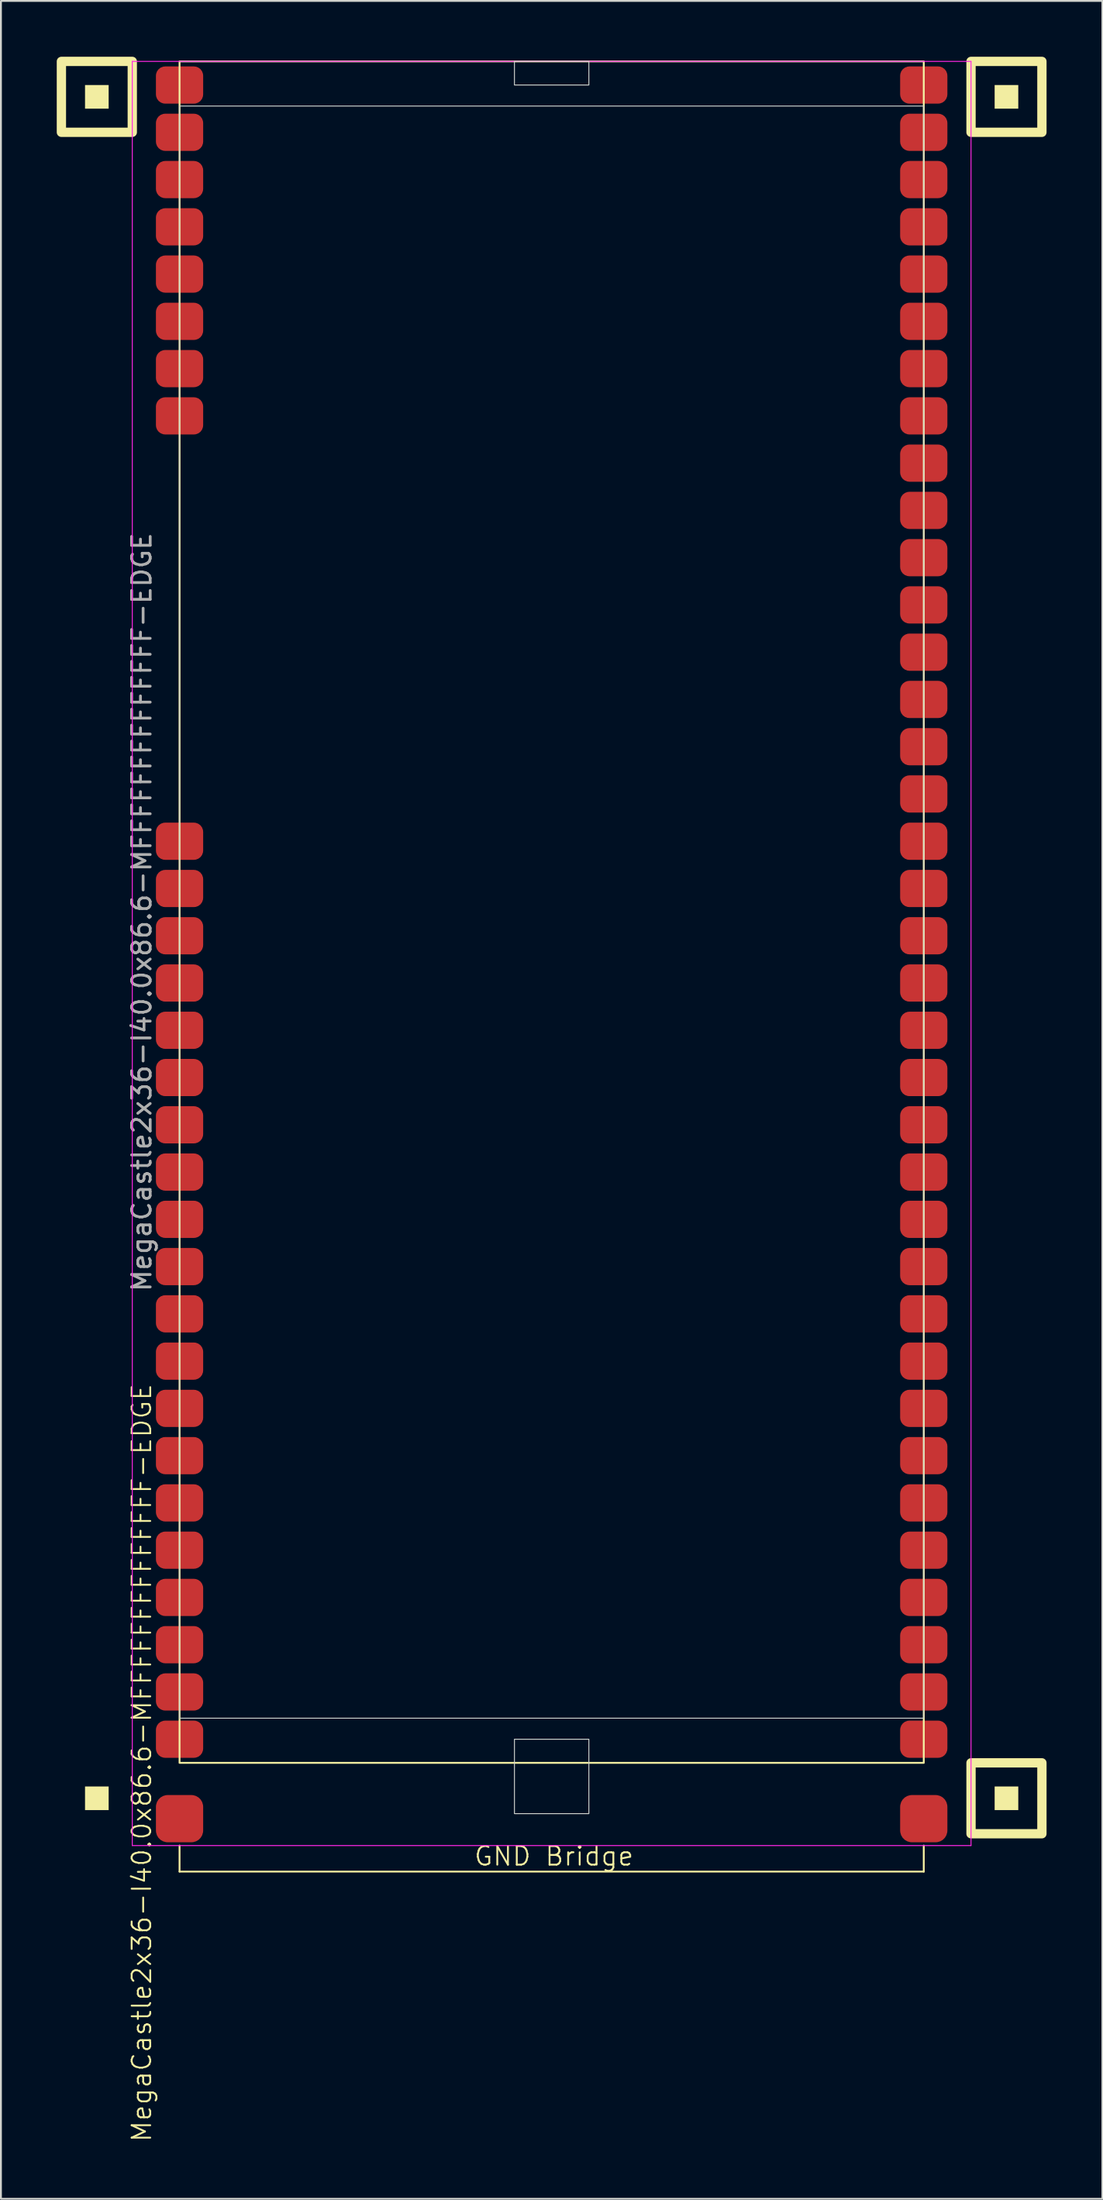
<source format=kicad_pcb>
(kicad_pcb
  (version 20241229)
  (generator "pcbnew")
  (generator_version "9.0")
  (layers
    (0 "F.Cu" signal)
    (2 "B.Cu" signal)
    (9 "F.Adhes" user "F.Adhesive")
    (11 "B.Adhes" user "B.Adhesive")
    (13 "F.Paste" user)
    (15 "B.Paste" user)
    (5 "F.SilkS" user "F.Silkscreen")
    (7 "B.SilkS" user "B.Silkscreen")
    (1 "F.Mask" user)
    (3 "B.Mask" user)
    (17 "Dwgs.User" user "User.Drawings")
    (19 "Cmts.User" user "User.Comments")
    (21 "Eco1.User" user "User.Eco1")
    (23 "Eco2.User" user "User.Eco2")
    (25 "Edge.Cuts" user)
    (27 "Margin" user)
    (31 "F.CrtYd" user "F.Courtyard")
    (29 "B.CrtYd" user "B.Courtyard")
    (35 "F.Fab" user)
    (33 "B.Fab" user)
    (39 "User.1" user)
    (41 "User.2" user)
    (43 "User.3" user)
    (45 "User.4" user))
  (footprint "MegaCastle2x36-I40.0x86.6-MFFFFFFFFFFFFFF-EDGE"
    (layer "F.Cu")
    (at 26.6 45.97)
    (property "Reference" "MegaCastle2x36-I40.0x86.6-MFFFFFFFFFFFFFF-EDGE" (at -22.032 45.72 90) (unlocked yes) (layer "F.SilkS") (effects (font (size 1 1) (thickness 0.1))))
    (attr smd)
    (fp_line (start -20 50.165) (end -20 51.565) (stroke (width 0.1) (type default)) (layer "F.SilkS"))
    (fp_line (start -20 51.565) (end 20 51.565) (stroke (width 0.1) (type default)) (layer "F.SilkS"))
    (fp_line (start 20 50.165) (end 20 51.565) (stroke (width 0.1) (type default)) (layer "F.SilkS"))
    (fp_rect (start -23.81 -43.18) (end -25.08 -44.45) (stroke (width 0) (type solid)) (fill yes) (layer "F.SilkS"))
    (fp_rect (start -23.81 48.26) (end -25.08 46.99) (stroke (width 0) (type solid)) (fill yes) (layer "F.SilkS"))
    (fp_rect (start -22.54 -41.91) (end -26.35 -45.72) (stroke (width 0.5) (type default)) (fill no) (layer "F.SilkS"))
    (fp_rect (start -20 -45.72) (end 20 45.72) (stroke (width 0.1) (type default)) (fill no) (layer "F.SilkS"))
    (fp_rect (start 25.08 -43.18) (end 23.81 -44.45) (stroke (width 0) (type solid)) (fill yes) (layer "F.SilkS"))
    (fp_rect (start 25.08 48.26) (end 23.81 46.99) (stroke (width 0) (type solid)) (fill yes) (layer "F.SilkS"))
    (fp_rect (start 26.35 -41.91) (end 22.54 -45.72) (stroke (width 0.5) (type default)) (fill no) (layer "F.SilkS"))
    (fp_rect (start 26.35 49.53) (end 22.54 45.72) (stroke (width 0.5) (type default)) (fill no) (layer "F.SilkS"))
    (fp_rect (start -20 -43.32) (end 20 43.32) (stroke (width 0.05) (type default)) (fill no) (layer "Edge.Cuts"))
    (fp_rect (start -2 -44.45) (end 2 -45.72) (stroke (width 0.05) (type default)) (fill no) (layer "Edge.Cuts"))
    (fp_rect (start -2 44.45) (end 2 48.45) (stroke (width 0.05) (type default)) (fill no) (layer "Edge.Cuts"))
    (fp_line (start -22.54 -45.72) (end -22.54 50.165) (stroke (width 0.05) (type default)) (layer "F.CrtYd"))
    (fp_line (start -22.54 50.165) (end 22.54 50.165) (stroke (width 0.05) (type default)) (layer "F.CrtYd"))
    (fp_line (start 22.54 -45.72) (end -22.54 -45.72) (stroke (width 0.05) (type default)) (layer "F.CrtYd"))
    (fp_line (start 22.54 -45.72) (end 22.54 50.165) (stroke (width 0.05) (type default)) (layer "F.CrtYd"))
    (fp_text user "GND Bridge" (at -4.226 51.32 0) (unlocked yes) (layer "F.SilkS") (effects (font (size 1 1) (thickness 0.1)) (justify left bottom)))
    (fp_text user "${REFERENCE}" (at -22.032 0 90) (unlocked yes) (layer "F.Fab") (effects (font (size 1 1) (thickness 0.15))))
    (pad "1" smd roundrect (at -20 -44.45) (size 2.54 2) (layers "F.Cu" "F.Mask" "F.Paste") (roundrect_rratio 0.25))
    (pad "2" smd roundrect (at -20 -41.91) (size 2.54 2) (layers "F.Cu" "F.Mask" "F.Paste") (roundrect_rratio 0.25))
    (pad "3" smd roundrect (at -20 -39.37) (size 2.54 2) (layers "F.Cu" "F.Mask" "F.Paste") (roundrect_rratio 0.25))
    (pad "4" smd roundrect (at -20 -36.83) (size 2.54 2) (layers "F.Cu" "F.Mask" "F.Paste") (roundrect_rratio 0.25))
    (pad "5" smd roundrect (at -20 -34.29) (size 2.54 2) (layers "F.Cu" "F.Mask" "F.Paste") (roundrect_rratio 0.25))
    (pad "6" smd roundrect (at -20 -31.75) (size 2.54 2) (layers "F.Cu" "F.Mask" "F.Paste") (roundrect_rratio 0.25))
    (pad "7" smd roundrect (at -20 -29.21) (size 2.54 2) (layers "F.Cu" "F.Mask" "F.Paste") (roundrect_rratio 0.25))
    (pad "8" smd roundrect (at -20 -26.67) (size 2.54 2) (layers "F.Cu" "F.Mask" "F.Paste") (roundrect_rratio 0.25))
    (pad "17" smd roundrect (at -20 -3.81) (size 2.54 2) (layers "F.Cu" "F.Mask" "F.Paste") (roundrect_rratio 0.25))
    (pad "18" smd roundrect (at -20 -1.27) (size 2.54 2) (layers "F.Cu" "F.Mask" "F.Paste") (roundrect_rratio 0.25))
    (pad "19" smd roundrect (at -20 1.27) (size 2.54 2) (layers "F.Cu" "F.Mask" "F.Paste") (roundrect_rratio 0.25))
    (pad "20" smd roundrect (at -20 3.81) (size 2.54 2) (layers "F.Cu" "F.Mask" "F.Paste") (roundrect_rratio 0.25))
    (pad "21" smd roundrect (at -20 6.35) (size 2.54 2) (layers "F.Cu" "F.Mask" "F.Paste") (roundrect_rratio 0.25))
    (pad "22" smd roundrect (at -20 8.89) (size 2.54 2) (layers "F.Cu" "F.Mask" "F.Paste") (roundrect_rratio 0.25))
    (pad "23" smd roundrect (at -20 11.43) (size 2.54 2) (layers "F.Cu" "F.Mask" "F.Paste") (roundrect_rratio 0.25))
    (pad "24" smd roundrect (at -20 13.97) (size 2.54 2) (layers "F.Cu" "F.Mask" "F.Paste") (roundrect_rratio 0.25))
    (pad "25" smd roundrect (at -20 16.51) (size 2.54 2) (layers "F.Cu" "F.Mask" "F.Paste") (roundrect_rratio 0.25))
    (pad "26" smd roundrect (at -20 19.05) (size 2.54 2) (layers "F.Cu" "F.Mask" "F.Paste") (roundrect_rratio 0.25))
    (pad "27" smd roundrect (at -20 21.59) (size 2.54 2) (layers "F.Cu" "F.Mask" "F.Paste") (roundrect_rratio 0.25))
    (pad "28" smd roundrect (at -20 24.13) (size 2.54 2) (layers "F.Cu" "F.Mask" "F.Paste") (roundrect_rratio 0.25))
    (pad "29" smd roundrect (at -20 26.67) (size 2.54 2) (layers "F.Cu" "F.Mask" "F.Paste") (roundrect_rratio 0.25))
    (pad "30" smd roundrect (at -20 29.21) (size 2.54 2) (layers "F.Cu" "F.Mask" "F.Paste") (roundrect_rratio 0.25))
    (pad "31" smd roundrect (at -20 31.75) (size 2.54 2) (layers "F.Cu" "F.Mask" "F.Paste") (roundrect_rratio 0.25))
    (pad "32" smd roundrect (at -20 34.29) (size 2.54 2) (layers "F.Cu" "F.Mask" "F.Paste") (roundrect_rratio 0.25))
    (pad "33" smd roundrect (at -20 36.83) (size 2.54 2) (layers "F.Cu" "F.Mask" "F.Paste") (roundrect_rratio 0.25))
    (pad "34" smd roundrect (at -20 39.37) (size 2.54 2) (layers "F.Cu" "F.Mask" "F.Paste") (roundrect_rratio 0.25))
    (pad "35" smd roundrect (at -20 41.91) (size 2.54 2) (layers "F.Cu" "F.Mask" "F.Paste") (roundrect_rratio 0.25))
    (pad "36" smd roundrect (at -20 44.45) (size 2.54 2) (layers "F.Cu" "F.Mask" "F.Paste") (roundrect_rratio 0.25))
    (pad "37" smd roundrect (at 20 -44.45) (size 2.54 2) (layers "F.Cu" "F.Mask" "F.Paste") (roundrect_rratio 0.25))
    (pad "38" smd roundrect (at 20 -41.91) (size 2.54 2) (layers "F.Cu" "F.Mask" "F.Paste") (roundrect_rratio 0.25))
    (pad "39" smd roundrect (at 20 -39.37) (size 2.54 2) (layers "F.Cu" "F.Mask" "F.Paste") (roundrect_rratio 0.25))
    (pad "40" smd roundrect (at 20 -36.83) (size 2.54 2) (layers "F.Cu" "F.Mask" "F.Paste") (roundrect_rratio 0.25))
    (pad "41" smd roundrect (at 20 -34.29) (size 2.54 2) (layers "F.Cu" "F.Mask" "F.Paste") (roundrect_rratio 0.25))
    (pad "42" smd roundrect (at 20 -31.75) (size 2.54 2) (layers "F.Cu" "F.Mask" "F.Paste") (roundrect_rratio 0.25))
    (pad "43" smd roundrect (at 20 -29.21) (size 2.54 2) (layers "F.Cu" "F.Mask" "F.Paste") (roundrect_rratio 0.25))
    (pad "44" smd roundrect (at 20 -26.67) (size 2.54 2) (layers "F.Cu" "F.Mask" "F.Paste") (roundrect_rratio 0.25))
    (pad "45" smd roundrect (at 20 -24.13) (size 2.54 2) (layers "F.Cu" "F.Mask" "F.Paste") (roundrect_rratio 0.25))
    (pad "46" smd roundrect (at 20 -21.59) (size 2.54 2) (layers "F.Cu" "F.Mask" "F.Paste") (roundrect_rratio 0.25))
    (pad "47" smd roundrect (at 20 -19.05) (size 2.54 2) (layers "F.Cu" "F.Mask" "F.Paste") (roundrect_rratio 0.25))
    (pad "48" smd roundrect (at 20 -16.51) (size 2.54 2) (layers "F.Cu" "F.Mask" "F.Paste") (roundrect_rratio 0.25))
    (pad "49" smd roundrect (at 20 -13.97) (size 2.54 2) (layers "F.Cu" "F.Mask" "F.Paste") (roundrect_rratio 0.25))
    (pad "50" smd roundrect (at 20 -11.43) (size 2.54 2) (layers "F.Cu" "F.Mask" "F.Paste") (roundrect_rratio 0.25))
    (pad "51" smd roundrect (at 20 -8.89) (size 2.54 2) (layers "F.Cu" "F.Mask" "F.Paste") (roundrect_rratio 0.25))
    (pad "52" smd roundrect (at 20 -6.35) (size 2.54 2) (layers "F.Cu" "F.Mask" "F.Paste") (roundrect_rratio 0.25))
    (pad "53" smd roundrect (at 20 -3.81) (size 2.54 2) (layers "F.Cu" "F.Mask" "F.Paste") (roundrect_rratio 0.25))
    (pad "54" smd roundrect (at 20 -1.27) (size 2.54 2) (layers "F.Cu" "F.Mask" "F.Paste") (roundrect_rratio 0.25))
    (pad "55" smd roundrect (at 20 1.27) (size 2.54 2) (layers "F.Cu" "F.Mask" "F.Paste") (roundrect_rratio 0.25))
    (pad "56" smd roundrect (at 20 3.81) (size 2.54 2) (layers "F.Cu" "F.Mask" "F.Paste") (roundrect_rratio 0.25))
    (pad "57" smd roundrect (at 20 6.35) (size 2.54 2) (layers "F.Cu" "F.Mask" "F.Paste") (roundrect_rratio 0.25))
    (pad "58" smd roundrect (at 20 8.89) (size 2.54 2) (layers "F.Cu" "F.Mask" "F.Paste") (roundrect_rratio 0.25))
    (pad "59" smd roundrect (at 20 11.43) (size 2.54 2) (layers "F.Cu" "F.Mask" "F.Paste") (roundrect_rratio 0.25))
    (pad "60" smd roundrect (at 20 13.97) (size 2.54 2) (layers "F.Cu" "F.Mask" "F.Paste") (roundrect_rratio 0.25))
    (pad "61" smd roundrect (at 20 16.51) (size 2.54 2) (layers "F.Cu" "F.Mask" "F.Paste") (roundrect_rratio 0.25))
    (pad "62" smd roundrect (at 20 19.05) (size 2.54 2) (layers "F.Cu" "F.Mask" "F.Paste") (roundrect_rratio 0.25))
    (pad "63" smd roundrect (at 20 21.59) (size 2.54 2) (layers "F.Cu" "F.Mask" "F.Paste") (roundrect_rratio 0.25))
    (pad "64" smd roundrect (at 20 24.13) (size 2.54 2) (layers "F.Cu" "F.Mask" "F.Paste") (roundrect_rratio 0.25))
    (pad "65" smd roundrect (at 20 26.67) (size 2.54 2) (layers "F.Cu" "F.Mask" "F.Paste") (roundrect_rratio 0.25))
    (pad "66" smd roundrect (at 20 29.21) (size 2.54 2) (layers "F.Cu" "F.Mask" "F.Paste") (roundrect_rratio 0.25))
    (pad "67" smd roundrect (at 20 31.75) (size 2.54 2) (layers "F.Cu" "F.Mask" "F.Paste") (roundrect_rratio 0.25))
    (pad "68" smd roundrect (at 20 34.29) (size 2.54 2) (layers "F.Cu" "F.Mask" "F.Paste") (roundrect_rratio 0.25))
    (pad "69" smd roundrect (at 20 36.83) (size 2.54 2) (layers "F.Cu" "F.Mask" "F.Paste") (roundrect_rratio 0.25))
    (pad "70" smd roundrect (at 20 39.37) (size 2.54 2) (layers "F.Cu" "F.Mask" "F.Paste") (roundrect_rratio 0.25))
    (pad "71" smd roundrect (at 20 41.91) (size 2.54 2) (layers "F.Cu" "F.Mask" "F.Paste") (roundrect_rratio 0.25))
    (pad "72" smd roundrect (at 20 44.45) (size 2.54 2) (layers "F.Cu" "F.Mask" "F.Paste") (roundrect_rratio 0.25))
    (pad "B1" smd roundrect (at -20 48.72) (size 2.54 2.54) (layers "F.Cu" "F.Mask" "F.Paste") (roundrect_rratio 0.25))
    (pad "B2" smd roundrect (at 20 48.72) (size 2.54 2.54) (layers "F.Cu" "F.Mask" "F.Paste") (roundrect_rratio 0.25)))
  (gr_rect
    (start -3 -3)
    (end 56.2 115.121)
    (stroke (width 0.1) (type default))
    (fill no)
    (layer "Edge.Cuts")))
</source>
